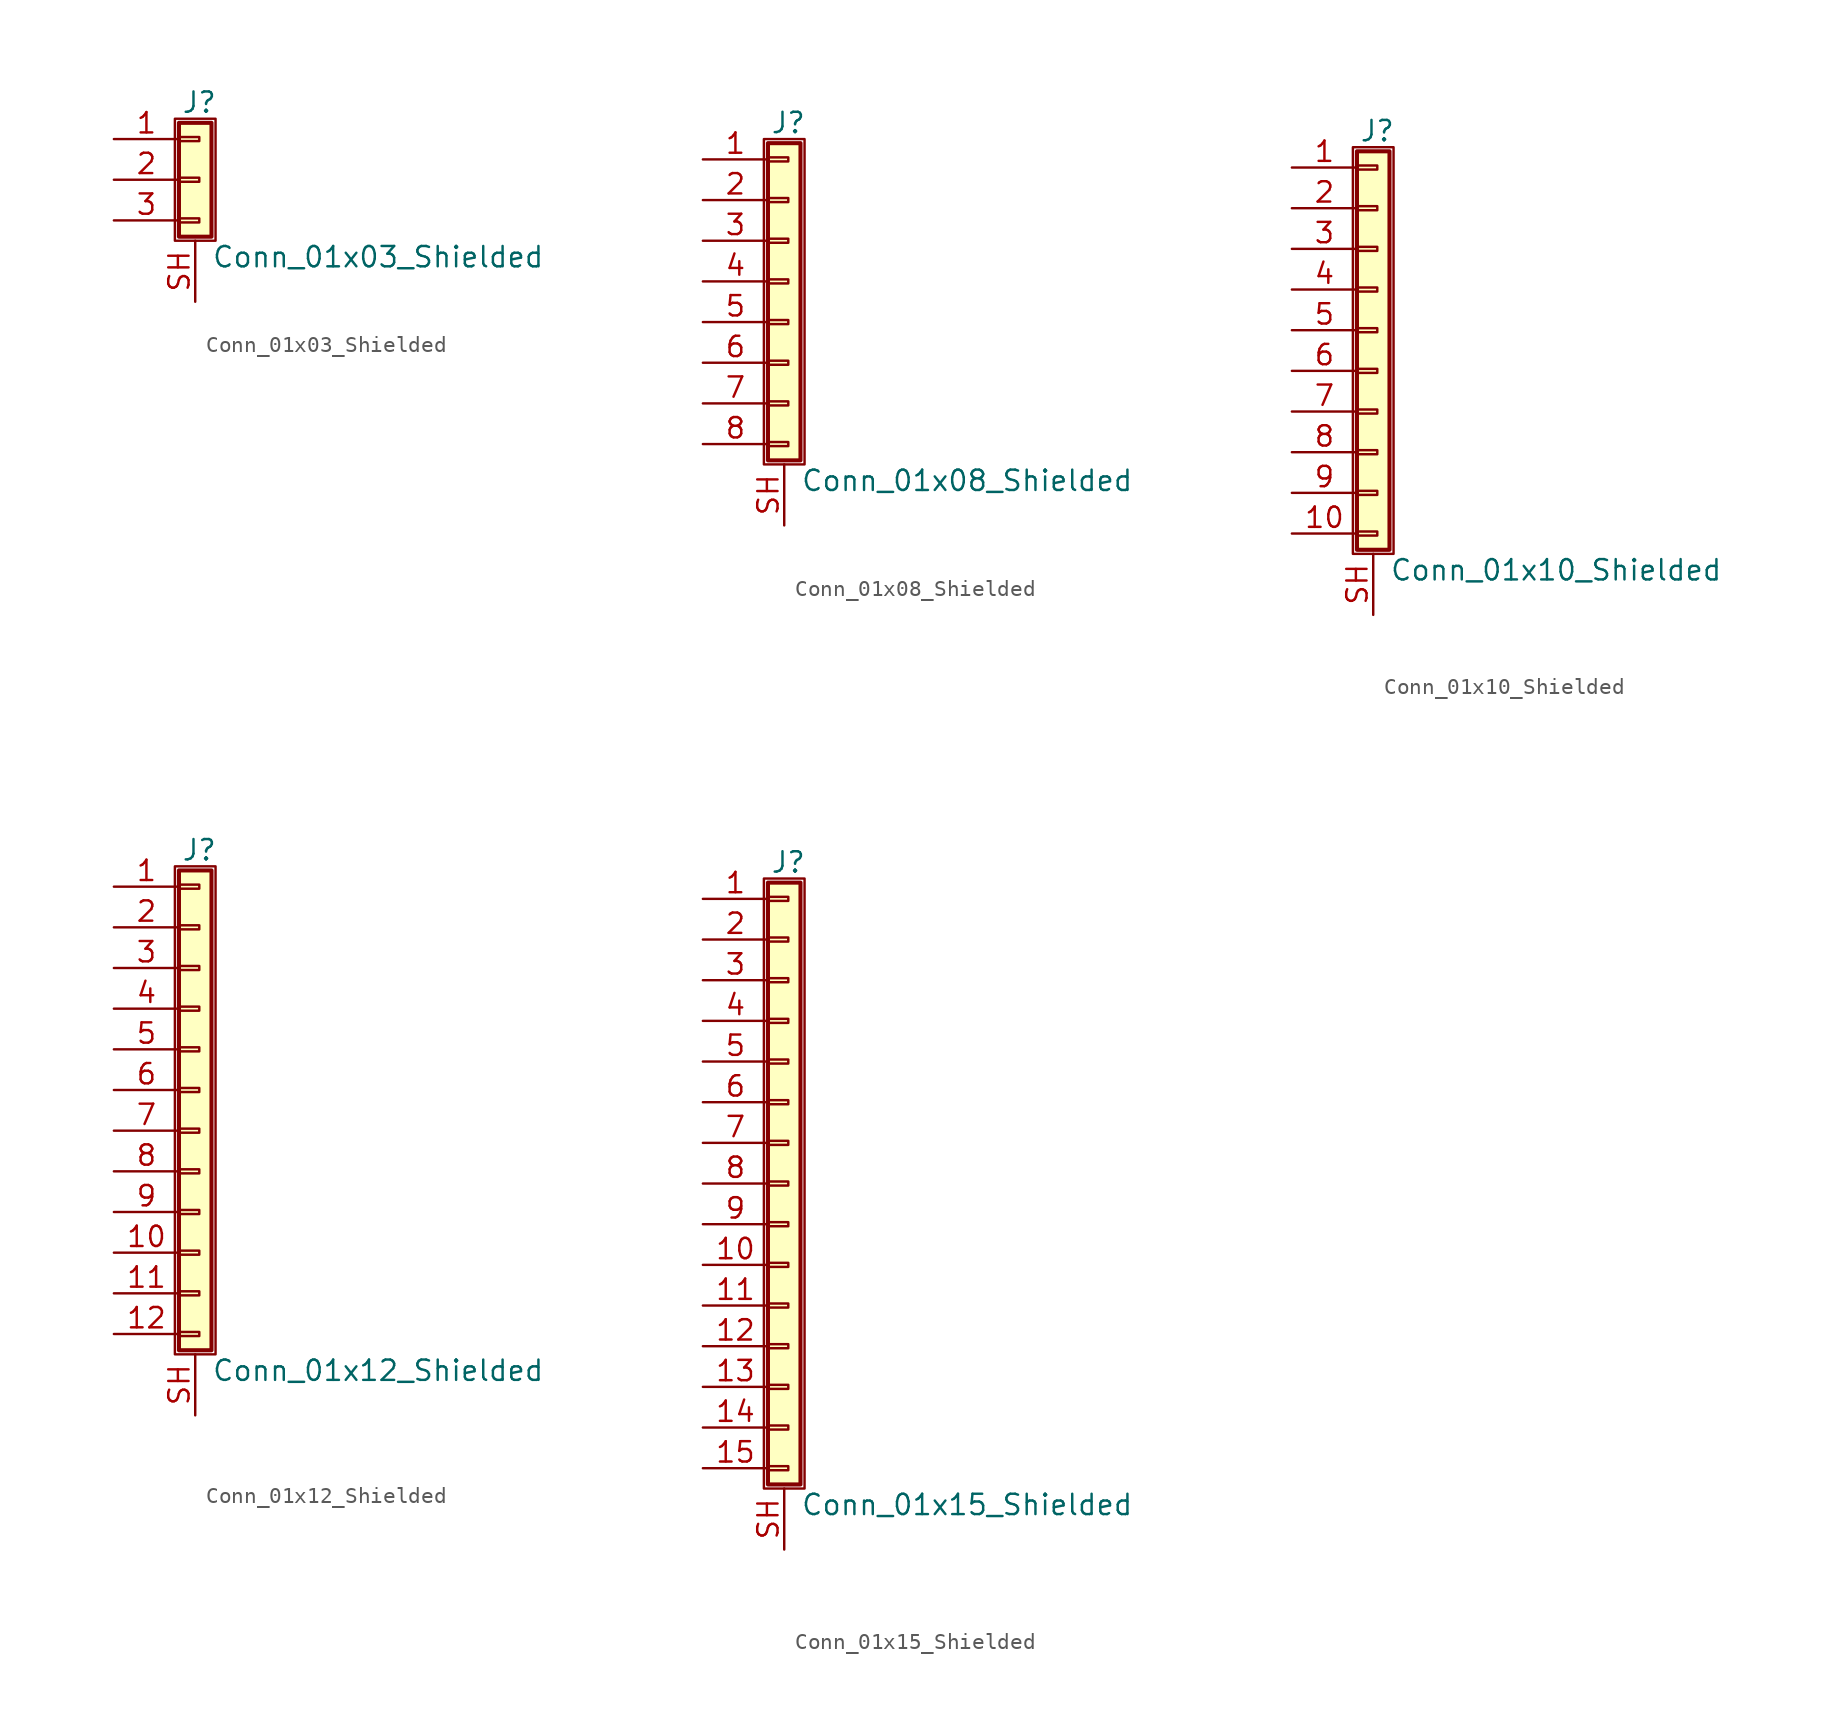
<source format=kicad_sym>
(kicad_symbol_lib
  (version 20201005)
  (generator kicad_symbol_editor)
  (symbol "Conn_01x03_Shielded"
    (pin_names
      (offset 1.016) hide)
    (property "Reference" "J"
      (at 0.254 4.826 0)
      (effects (font (size 1.27 1.27))))
    (property "Value" "Conn_01x03_Shielded"
      (at 1.016 -4.826 0)
      (effects (font (size 1.27 1.27)) (justify left)))
    (symbol "Conn_01x03_Shielded_1_1"
      (rectangle (start -1.27 3.81) (end 1.27 -3.81) (stroke (width 0.152)) (fill (type none)))
      (rectangle (start -1.016 -2.413) (end 0.254 -2.667) (stroke (width 0.152)) (fill (type none)))
      (rectangle (start -1.016 0.127) (end 0.254 -0.127) (stroke (width 0.152)) (fill (type none)))
      (rectangle (start -1.016 2.667) (end 0.254 2.413) (stroke (width 0.152)) (fill (type none)))
      (rectangle (start -1.016 3.556) (end 1.016 -3.556) (stroke (width 0.254)) (fill (type background)))
      (pin passive line (at -5.08 2.54 0) (length 4.064) (name "Pin_1" (effects (font (size 1.27 1.27)))) (number "1" (effects (font (size 1.27 1.27)))))
      (pin passive line (at -5.08 0 0) (length 4.064) (name "Pin_2" (effects (font (size 1.27 1.27)))) (number "2" (effects (font (size 1.27 1.27)))))
      (pin passive line (at -5.08 -2.54 0) (length 4.064) (name "Pin_3" (effects (font (size 1.27 1.27)))) (number "3" (effects (font (size 1.27 1.27)))))
      (pin passive line (at 0 -7.62 90) (length 3.81) (name "Shield" (effects (font (size 1.27 1.27)))) (number "SH" (effects (font (size 1.27 1.27)))))))
  (symbol "Conn_01x08_Shielded"
    (pin_names
      (offset 1.016) hide)
    (property "Reference" "J"
      (at 0.254 9.906 0)
      (effects (font (size 1.27 1.27))))
    (property "Value" "Conn_01x08_Shielded"
      (at 1.016 -12.446 0)
      (effects (font (size 1.27 1.27)) (justify left)))
    (symbol "Conn_01x08_Shielded_1_1"
      (rectangle (start -1.27 8.89) (end 1.27 -11.43) (stroke (width 0.152)) (fill (type none)))
      (rectangle (start -1.016 -10.033) (end 0.254 -10.287) (stroke (width 0.152)) (fill (type none)))
      (rectangle (start -1.016 -7.493) (end 0.254 -7.747) (stroke (width 0.152)) (fill (type none)))
      (rectangle (start -1.016 -4.953) (end 0.254 -5.207) (stroke (width 0.152)) (fill (type none)))
      (rectangle (start -1.016 -2.413) (end 0.254 -2.667) (stroke (width 0.152)) (fill (type none)))
      (rectangle (start -1.016 0.127) (end 0.254 -0.127) (stroke (width 0.152)) (fill (type none)))
      (rectangle (start -1.016 2.667) (end 0.254 2.413) (stroke (width 0.152)) (fill (type none)))
      (rectangle (start -1.016 5.207) (end 0.254 4.953) (stroke (width 0.152)) (fill (type none)))
      (rectangle (start -1.016 7.747) (end 0.254 7.493) (stroke (width 0.152)) (fill (type none)))
      (rectangle (start -1.016 8.636) (end 1.016 -11.176) (stroke (width 0.254)) (fill (type background)))
      (pin passive line (at -5.08 7.62 0) (length 4.064) (name "Pin_1" (effects (font (size 1.27 1.27)))) (number "1" (effects (font (size 1.27 1.27)))))
      (pin passive line (at -5.08 5.08 0) (length 4.064) (name "Pin_2" (effects (font (size 1.27 1.27)))) (number "2" (effects (font (size 1.27 1.27)))))
      (pin passive line (at -5.08 2.54 0) (length 4.064) (name "Pin_3" (effects (font (size 1.27 1.27)))) (number "3" (effects (font (size 1.27 1.27)))))
      (pin passive line (at -5.08 0 0) (length 4.064) (name "Pin_4" (effects (font (size 1.27 1.27)))) (number "4" (effects (font (size 1.27 1.27)))))
      (pin passive line (at -5.08 -2.54 0) (length 4.064) (name "Pin_5" (effects (font (size 1.27 1.27)))) (number "5" (effects (font (size 1.27 1.27)))))
      (pin passive line (at -5.08 -5.08 0) (length 4.064) (name "Pin_6" (effects (font (size 1.27 1.27)))) (number "6" (effects (font (size 1.27 1.27)))))
      (pin passive line (at -5.08 -7.62 0) (length 4.064) (name "Pin_7" (effects (font (size 1.27 1.27)))) (number "7" (effects (font (size 1.27 1.27)))))
      (pin passive line (at -5.08 -10.16 0) (length 4.064) (name "Pin_8" (effects (font (size 1.27 1.27)))) (number "8" (effects (font (size 1.27 1.27)))))
      (pin passive line (at 0 -15.24 90) (length 3.81) (name "Shield" (effects (font (size 1.27 1.27)))) (number "SH" (effects (font (size 1.27 1.27)))))))
  (symbol "Conn_01x10_Shielded"
    (pin_names
      (offset 1.016) hide)
    (property "Reference" "J"
      (at 0.254 12.446 0)
      (effects (font (size 1.27 1.27))))
    (property "Value" "Conn_01x10_Shielded"
      (at 1.016 -14.986 0)
      (effects (font (size 1.27 1.27)) (justify left)))
    (symbol "Conn_01x10_Shielded_1_1"
      (rectangle (start -1.27 11.43) (end 1.27 -13.97) (stroke (width 0.152)) (fill (type none)))
      (rectangle (start -1.016 -12.573) (end 0.254 -12.827) (stroke (width 0.152)) (fill (type none)))
      (rectangle (start -1.016 -10.033) (end 0.254 -10.287) (stroke (width 0.152)) (fill (type none)))
      (rectangle (start -1.016 -7.493) (end 0.254 -7.747) (stroke (width 0.152)) (fill (type none)))
      (rectangle (start -1.016 -4.953) (end 0.254 -5.207) (stroke (width 0.152)) (fill (type none)))
      (rectangle (start -1.016 -2.413) (end 0.254 -2.667) (stroke (width 0.152)) (fill (type none)))
      (rectangle (start -1.016 0.127) (end 0.254 -0.127) (stroke (width 0.152)) (fill (type none)))
      (rectangle (start -1.016 2.667) (end 0.254 2.413) (stroke (width 0.152)) (fill (type none)))
      (rectangle (start -1.016 5.207) (end 0.254 4.953) (stroke (width 0.152)) (fill (type none)))
      (rectangle (start -1.016 7.747) (end 0.254 7.493) (stroke (width 0.152)) (fill (type none)))
      (rectangle (start -1.016 10.287) (end 0.254 10.033) (stroke (width 0.152)) (fill (type none)))
      (rectangle (start -1.016 11.176) (end 1.016 -13.716) (stroke (width 0.254)) (fill (type background)))
      (pin passive line (at -5.08 10.16 0) (length 4.064) (name "Pin_1" (effects (font (size 1.27 1.27)))) (number "1" (effects (font (size 1.27 1.27)))))
      (pin passive line (at -5.08 -12.7 0) (length 4.064) (name "Pin_10" (effects (font (size 1.27 1.27)))) (number "10" (effects (font (size 1.27 1.27)))))
      (pin passive line (at -5.08 7.62 0) (length 4.064) (name "Pin_2" (effects (font (size 1.27 1.27)))) (number "2" (effects (font (size 1.27 1.27)))))
      (pin passive line (at -5.08 5.08 0) (length 4.064) (name "Pin_3" (effects (font (size 1.27 1.27)))) (number "3" (effects (font (size 1.27 1.27)))))
      (pin passive line (at -5.08 2.54 0) (length 4.064) (name "Pin_4" (effects (font (size 1.27 1.27)))) (number "4" (effects (font (size 1.27 1.27)))))
      (pin passive line (at -5.08 0 0) (length 4.064) (name "Pin_5" (effects (font (size 1.27 1.27)))) (number "5" (effects (font (size 1.27 1.27)))))
      (pin passive line (at -5.08 -2.54 0) (length 4.064) (name "Pin_6" (effects (font (size 1.27 1.27)))) (number "6" (effects (font (size 1.27 1.27)))))
      (pin passive line (at -5.08 -5.08 0) (length 4.064) (name "Pin_7" (effects (font (size 1.27 1.27)))) (number "7" (effects (font (size 1.27 1.27)))))
      (pin passive line (at -5.08 -7.62 0) (length 4.064) (name "Pin_8" (effects (font (size 1.27 1.27)))) (number "8" (effects (font (size 1.27 1.27)))))
      (pin passive line (at -5.08 -10.16 0) (length 4.064) (name "Pin_9" (effects (font (size 1.27 1.27)))) (number "9" (effects (font (size 1.27 1.27)))))
      (pin passive line (at 0 -17.78 90) (length 3.81) (name "Shield" (effects (font (size 1.27 1.27)))) (number "SH" (effects (font (size 1.27 1.27)))))))
  (symbol "Conn_01x12_Shielded"
    (pin_names
      (offset 1.016) hide)
    (property "Reference" "J"
      (at 0.254 14.986 0)
      (effects (font (size 1.27 1.27))))
    (property "Value" "Conn_01x12_Shielded"
      (at 1.016 -17.526 0)
      (effects (font (size 1.27 1.27)) (justify left)))
    (symbol "Conn_01x12_Shielded_1_1"
      (rectangle (start -1.27 13.97) (end 1.27 -16.51) (stroke (width 0.152)) (fill (type none)))
      (rectangle (start -1.016 -15.113) (end 0.254 -15.367) (stroke (width 0.152)) (fill (type none)))
      (rectangle (start -1.016 -12.573) (end 0.254 -12.827) (stroke (width 0.152)) (fill (type none)))
      (rectangle (start -1.016 -10.033) (end 0.254 -10.287) (stroke (width 0.152)) (fill (type none)))
      (rectangle (start -1.016 -7.493) (end 0.254 -7.747) (stroke (width 0.152)) (fill (type none)))
      (rectangle (start -1.016 -4.953) (end 0.254 -5.207) (stroke (width 0.152)) (fill (type none)))
      (rectangle (start -1.016 -2.413) (end 0.254 -2.667) (stroke (width 0.152)) (fill (type none)))
      (rectangle (start -1.016 0.127) (end 0.254 -0.127) (stroke (width 0.152)) (fill (type none)))
      (rectangle (start -1.016 2.667) (end 0.254 2.413) (stroke (width 0.152)) (fill (type none)))
      (rectangle (start -1.016 5.207) (end 0.254 4.953) (stroke (width 0.152)) (fill (type none)))
      (rectangle (start -1.016 7.747) (end 0.254 7.493) (stroke (width 0.152)) (fill (type none)))
      (rectangle (start -1.016 10.287) (end 0.254 10.033) (stroke (width 0.152)) (fill (type none)))
      (rectangle (start -1.016 12.827) (end 0.254 12.573) (stroke (width 0.152)) (fill (type none)))
      (rectangle (start -1.016 13.716) (end 1.016 -16.256) (stroke (width 0.254)) (fill (type background)))
      (pin passive line (at -5.08 12.7 0) (length 4.064) (name "Pin_1" (effects (font (size 1.27 1.27)))) (number "1" (effects (font (size 1.27 1.27)))))
      (pin passive line (at -5.08 -10.16 0) (length 4.064) (name "Pin_10" (effects (font (size 1.27 1.27)))) (number "10" (effects (font (size 1.27 1.27)))))
      (pin passive line (at -5.08 -12.7 0) (length 4.064) (name "Pin_11" (effects (font (size 1.27 1.27)))) (number "11" (effects (font (size 1.27 1.27)))))
      (pin passive line (at -5.08 -15.24 0) (length 4.064) (name "Pin_12" (effects (font (size 1.27 1.27)))) (number "12" (effects (font (size 1.27 1.27)))))
      (pin passive line (at -5.08 10.16 0) (length 4.064) (name "Pin_2" (effects (font (size 1.27 1.27)))) (number "2" (effects (font (size 1.27 1.27)))))
      (pin passive line (at -5.08 7.62 0) (length 4.064) (name "Pin_3" (effects (font (size 1.27 1.27)))) (number "3" (effects (font (size 1.27 1.27)))))
      (pin passive line (at -5.08 5.08 0) (length 4.064) (name "Pin_4" (effects (font (size 1.27 1.27)))) (number "4" (effects (font (size 1.27 1.27)))))
      (pin passive line (at -5.08 2.54 0) (length 4.064) (name "Pin_5" (effects (font (size 1.27 1.27)))) (number "5" (effects (font (size 1.27 1.27)))))
      (pin passive line (at -5.08 0 0) (length 4.064) (name "Pin_6" (effects (font (size 1.27 1.27)))) (number "6" (effects (font (size 1.27 1.27)))))
      (pin passive line (at -5.08 -2.54 0) (length 4.064) (name "Pin_7" (effects (font (size 1.27 1.27)))) (number "7" (effects (font (size 1.27 1.27)))))
      (pin passive line (at -5.08 -5.08 0) (length 4.064) (name "Pin_8" (effects (font (size 1.27 1.27)))) (number "8" (effects (font (size 1.27 1.27)))))
      (pin passive line (at -5.08 -7.62 0) (length 4.064) (name "Pin_9" (effects (font (size 1.27 1.27)))) (number "9" (effects (font (size 1.27 1.27)))))
      (pin passive line (at 0 -20.32 90) (length 3.81) (name "Shield" (effects (font (size 1.27 1.27)))) (number "SH" (effects (font (size 1.27 1.27)))))))
  (symbol "Conn_01x15_Shielded"
    (pin_names
      (offset 1.016) hide)
    (property "Reference" "J"
      (at 0.254 20.066 0)
      (effects (font (size 1.27 1.27))))
    (property "Value" "Conn_01x15_Shielded"
      (at 1.016 -20.066 0)
      (effects (font (size 1.27 1.27)) (justify left)))
    (symbol "Conn_01x15_Shielded_1_1"
      (rectangle (start -1.27 19.05) (end 1.27 -19.05) (stroke (width 0.152)) (fill (type none)))
      (rectangle (start -1.016 -17.653) (end 0.254 -17.907) (stroke (width 0.152)) (fill (type none)))
      (rectangle (start -1.016 -15.113) (end 0.254 -15.367) (stroke (width 0.152)) (fill (type none)))
      (rectangle (start -1.016 -12.573) (end 0.254 -12.827) (stroke (width 0.152)) (fill (type none)))
      (rectangle (start -1.016 -10.033) (end 0.254 -10.287) (stroke (width 0.152)) (fill (type none)))
      (rectangle (start -1.016 -7.493) (end 0.254 -7.747) (stroke (width 0.152)) (fill (type none)))
      (rectangle (start -1.016 -4.953) (end 0.254 -5.207) (stroke (width 0.152)) (fill (type none)))
      (rectangle (start -1.016 -2.413) (end 0.254 -2.667) (stroke (width 0.152)) (fill (type none)))
      (rectangle (start -1.016 0.127) (end 0.254 -0.127) (stroke (width 0.152)) (fill (type none)))
      (rectangle (start -1.016 2.667) (end 0.254 2.413) (stroke (width 0.152)) (fill (type none)))
      (rectangle (start -1.016 5.207) (end 0.254 4.953) (stroke (width 0.152)) (fill (type none)))
      (rectangle (start -1.016 7.747) (end 0.254 7.493) (stroke (width 0.152)) (fill (type none)))
      (rectangle (start -1.016 10.287) (end 0.254 10.033) (stroke (width 0.152)) (fill (type none)))
      (rectangle (start -1.016 12.827) (end 0.254 12.573) (stroke (width 0.152)) (fill (type none)))
      (rectangle (start -1.016 15.367) (end 0.254 15.113) (stroke (width 0.152)) (fill (type none)))
      (rectangle (start -1.016 17.907) (end 0.254 17.653) (stroke (width 0.152)) (fill (type none)))
      (rectangle (start -1.016 18.796) (end 1.016 -18.796) (stroke (width 0.254)) (fill (type background)))
      (pin passive line (at -5.08 17.78 0) (length 4.064) (name "Pin_1" (effects (font (size 1.27 1.27)))) (number "1" (effects (font (size 1.27 1.27)))))
      (pin passive line (at -5.08 -5.08 0) (length 4.064) (name "Pin_10" (effects (font (size 1.27 1.27)))) (number "10" (effects (font (size 1.27 1.27)))))
      (pin passive line (at -5.08 -7.62 0) (length 4.064) (name "Pin_11" (effects (font (size 1.27 1.27)))) (number "11" (effects (font (size 1.27 1.27)))))
      (pin passive line (at -5.08 -10.16 0) (length 4.064) (name "Pin_12" (effects (font (size 1.27 1.27)))) (number "12" (effects (font (size 1.27 1.27)))))
      (pin passive line (at -5.08 -12.7 0) (length 4.064) (name "Pin_13" (effects (font (size 1.27 1.27)))) (number "13" (effects (font (size 1.27 1.27)))))
      (pin passive line (at -5.08 -15.24 0) (length 4.064) (name "Pin_14" (effects (font (size 1.27 1.27)))) (number "14" (effects (font (size 1.27 1.27)))))
      (pin passive line (at -5.08 -17.78 0) (length 4.064) (name "Pin_15" (effects (font (size 1.27 1.27)))) (number "15" (effects (font (size 1.27 1.27)))))
      (pin passive line (at -5.08 15.24 0) (length 4.064) (name "Pin_2" (effects (font (size 1.27 1.27)))) (number "2" (effects (font (size 1.27 1.27)))))
      (pin passive line (at -5.08 12.7 0) (length 4.064) (name "Pin_3" (effects (font (size 1.27 1.27)))) (number "3" (effects (font (size 1.27 1.27)))))
      (pin passive line (at -5.08 10.16 0) (length 4.064) (name "Pin_4" (effects (font (size 1.27 1.27)))) (number "4" (effects (font (size 1.27 1.27)))))
      (pin passive line (at -5.08 7.62 0) (length 4.064) (name "Pin_5" (effects (font (size 1.27 1.27)))) (number "5" (effects (font (size 1.27 1.27)))))
      (pin passive line (at -5.08 5.08 0) (length 4.064) (name "Pin_6" (effects (font (size 1.27 1.27)))) (number "6" (effects (font (size 1.27 1.27)))))
      (pin passive line (at -5.08 2.54 0) (length 4.064) (name "Pin_7" (effects (font (size 1.27 1.27)))) (number "7" (effects (font (size 1.27 1.27)))))
      (pin passive line (at -5.08 0 0) (length 4.064) (name "Pin_8" (effects (font (size 1.27 1.27)))) (number "8" (effects (font (size 1.27 1.27)))))
      (pin passive line (at -5.08 -2.54 0) (length 4.064) (name "Pin_9" (effects (font (size 1.27 1.27)))) (number "9" (effects (font (size 1.27 1.27)))))
      (pin passive line (at 0 -22.86 90) (length 3.81) (name "Shield" (effects (font (size 1.27 1.27)))) (number "SH" (effects (font (size 1.27 1.27))))))))
</source>
